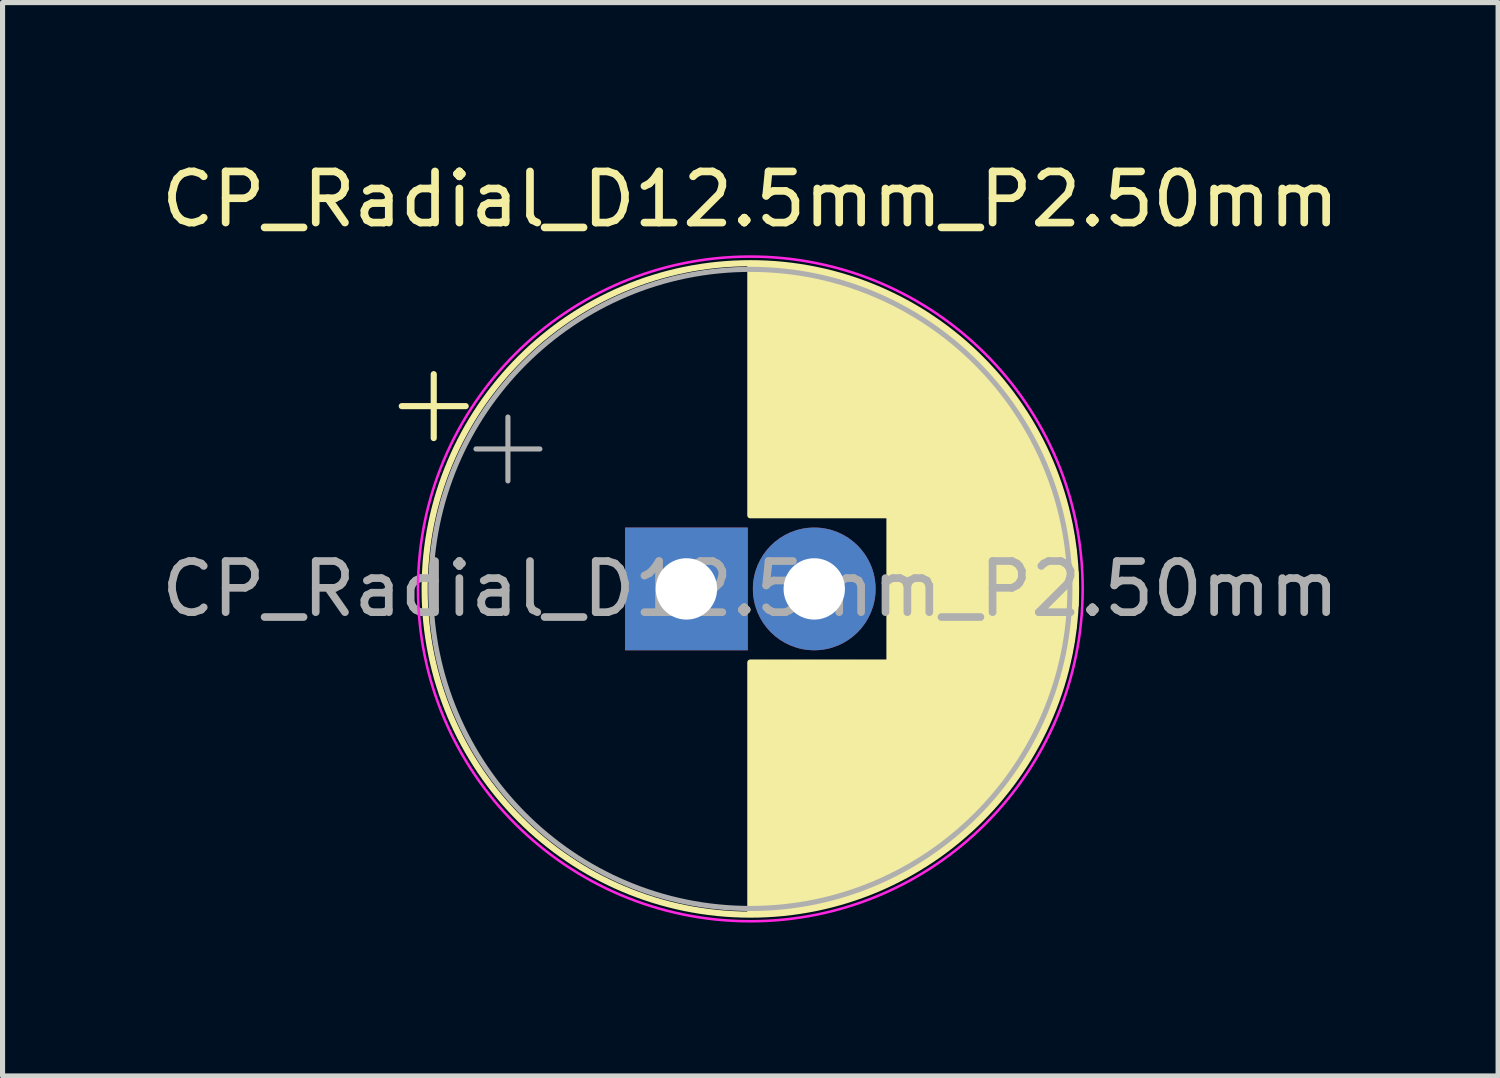
<source format=kicad_pcb>
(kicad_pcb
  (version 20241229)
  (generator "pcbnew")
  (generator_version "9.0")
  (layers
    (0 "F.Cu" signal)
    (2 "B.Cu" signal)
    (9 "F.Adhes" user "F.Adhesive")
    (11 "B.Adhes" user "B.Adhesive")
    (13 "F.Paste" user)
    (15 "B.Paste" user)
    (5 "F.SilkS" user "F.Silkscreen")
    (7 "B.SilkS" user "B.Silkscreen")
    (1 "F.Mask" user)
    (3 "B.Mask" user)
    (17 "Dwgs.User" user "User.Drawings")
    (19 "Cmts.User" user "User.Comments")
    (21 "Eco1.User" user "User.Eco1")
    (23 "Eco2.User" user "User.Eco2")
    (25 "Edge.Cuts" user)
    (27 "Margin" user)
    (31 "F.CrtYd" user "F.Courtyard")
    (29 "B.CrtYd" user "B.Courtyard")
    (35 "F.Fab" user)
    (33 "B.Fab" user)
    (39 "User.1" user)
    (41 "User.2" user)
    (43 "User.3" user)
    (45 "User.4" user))
  (footprint "CP_Radial_D12.5mm_P2.50mm"
    (layer "F.Cu")
    (at 10.375 8.468)
    (property "Reference" "CP_Radial_D12.5mm_P2.50mm" (at 1.25 -7.62 0) (layer "F.SilkS") (effects (font (size 1 1) (thickness 0.15))))
    (attr through_hole)
    (fp_line (start -5.567 -3.575) (end -4.317 -3.575) (stroke (width 0.12) (type solid)) (layer "F.SilkS"))
    (fp_line (start -4.942 -4.2) (end -4.942 -2.95) (stroke (width 0.12) (type solid)) (layer "F.SilkS"))
    (fp_line (start 1.25 -6.33) (end 1.25 -1.44) (stroke (width 0.12) (type solid)) (layer "F.SilkS"))
    (fp_line (start 1.25 1.44) (end 1.25 6.33) (stroke (width 0.12) (type solid)) (layer "F.SilkS"))
    (fp_line (start 1.29 -6.33) (end 1.29 -1.44) (stroke (width 0.12) (type solid)) (layer "F.SilkS"))
    (fp_line (start 1.29 1.44) (end 1.29 6.33) (stroke (width 0.12) (type solid)) (layer "F.SilkS"))
    (fp_line (start 1.33 -6.33) (end 1.33 -1.44) (stroke (width 0.12) (type solid)) (layer "F.SilkS"))
    (fp_line (start 1.33 1.44) (end 1.33 6.33) (stroke (width 0.12) (type solid)) (layer "F.SilkS"))
    (fp_line (start 1.37 -6.329) (end 1.37 -1.44) (stroke (width 0.12) (type solid)) (layer "F.SilkS"))
    (fp_line (start 1.37 1.44) (end 1.37 6.329) (stroke (width 0.12) (type solid)) (layer "F.SilkS"))
    (fp_line (start 1.41 -6.328) (end 1.41 -1.44) (stroke (width 0.12) (type solid)) (layer "F.SilkS"))
    (fp_line (start 1.41 1.44) (end 1.41 6.328) (stroke (width 0.12) (type solid)) (layer "F.SilkS"))
    (fp_line (start 1.45 -6.327) (end 1.45 -1.44) (stroke (width 0.12) (type solid)) (layer "F.SilkS"))
    (fp_line (start 1.45 1.44) (end 1.45 6.327) (stroke (width 0.12) (type solid)) (layer "F.SilkS"))
    (fp_line (start 1.49 -6.326) (end 1.49 -1.44) (stroke (width 0.12) (type solid)) (layer "F.SilkS"))
    (fp_line (start 1.49 1.44) (end 1.49 6.326) (stroke (width 0.12) (type solid)) (layer "F.SilkS"))
    (fp_line (start 1.53 -6.324) (end 1.53 -1.44) (stroke (width 0.12) (type solid)) (layer "F.SilkS"))
    (fp_line (start 1.53 1.44) (end 1.53 6.324) (stroke (width 0.12) (type solid)) (layer "F.SilkS"))
    (fp_line (start 1.57 -6.322) (end 1.57 -1.44) (stroke (width 0.12) (type solid)) (layer "F.SilkS"))
    (fp_line (start 1.57 1.44) (end 1.57 6.322) (stroke (width 0.12) (type solid)) (layer "F.SilkS"))
    (fp_line (start 1.61 -6.32) (end 1.61 -1.44) (stroke (width 0.12) (type solid)) (layer "F.SilkS"))
    (fp_line (start 1.61 1.44) (end 1.61 6.32) (stroke (width 0.12) (type solid)) (layer "F.SilkS"))
    (fp_line (start 1.65 -6.318) (end 1.65 -1.44) (stroke (width 0.12) (type solid)) (layer "F.SilkS"))
    (fp_line (start 1.65 1.44) (end 1.65 6.318) (stroke (width 0.12) (type solid)) (layer "F.SilkS"))
    (fp_line (start 1.69 -6.315) (end 1.69 -1.44) (stroke (width 0.12) (type solid)) (layer "F.SilkS"))
    (fp_line (start 1.69 1.44) (end 1.69 6.315) (stroke (width 0.12) (type solid)) (layer "F.SilkS"))
    (fp_line (start 1.73 -6.312) (end 1.73 -1.44) (stroke (width 0.12) (type solid)) (layer "F.SilkS"))
    (fp_line (start 1.73 1.44) (end 1.73 6.312) (stroke (width 0.12) (type solid)) (layer "F.SilkS"))
    (fp_line (start 1.77 -6.309) (end 1.77 -1.44) (stroke (width 0.12) (type solid)) (layer "F.SilkS"))
    (fp_line (start 1.77 1.44) (end 1.77 6.309) (stroke (width 0.12) (type solid)) (layer "F.SilkS"))
    (fp_line (start 1.81 -6.306) (end 1.81 -1.44) (stroke (width 0.12) (type solid)) (layer "F.SilkS"))
    (fp_line (start 1.81 1.44) (end 1.81 6.306) (stroke (width 0.12) (type solid)) (layer "F.SilkS"))
    (fp_line (start 1.85 -6.302) (end 1.85 -1.44) (stroke (width 0.12) (type solid)) (layer "F.SilkS"))
    (fp_line (start 1.85 1.44) (end 1.85 6.302) (stroke (width 0.12) (type solid)) (layer "F.SilkS"))
    (fp_line (start 1.89 -6.298) (end 1.89 -1.44) (stroke (width 0.12) (type solid)) (layer "F.SilkS"))
    (fp_line (start 1.89 1.44) (end 1.89 6.298) (stroke (width 0.12) (type solid)) (layer "F.SilkS"))
    (fp_line (start 1.93 -6.294) (end 1.93 -1.44) (stroke (width 0.12) (type solid)) (layer "F.SilkS"))
    (fp_line (start 1.93 1.44) (end 1.93 6.294) (stroke (width 0.12) (type solid)) (layer "F.SilkS"))
    (fp_line (start 1.971 -6.29) (end 1.971 -1.44) (stroke (width 0.12) (type solid)) (layer "F.SilkS"))
    (fp_line (start 1.971 1.44) (end 1.971 6.29) (stroke (width 0.12) (type solid)) (layer "F.SilkS"))
    (fp_line (start 2.011 -6.285) (end 2.011 -1.44) (stroke (width 0.12) (type solid)) (layer "F.SilkS"))
    (fp_line (start 2.011 1.44) (end 2.011 6.285) (stroke (width 0.12) (type solid)) (layer "F.SilkS"))
    (fp_line (start 2.051 -6.28) (end 2.051 -1.44) (stroke (width 0.12) (type solid)) (layer "F.SilkS"))
    (fp_line (start 2.051 1.44) (end 2.051 6.28) (stroke (width 0.12) (type solid)) (layer "F.SilkS"))
    (fp_line (start 2.091 -6.275) (end 2.091 -1.44) (stroke (width 0.12) (type solid)) (layer "F.SilkS"))
    (fp_line (start 2.091 1.44) (end 2.091 6.275) (stroke (width 0.12) (type solid)) (layer "F.SilkS"))
    (fp_line (start 2.131 -6.269) (end 2.131 -1.44) (stroke (width 0.12) (type solid)) (layer "F.SilkS"))
    (fp_line (start 2.131 1.44) (end 2.131 6.269) (stroke (width 0.12) (type solid)) (layer "F.SilkS"))
    (fp_line (start 2.171 -6.264) (end 2.171 -1.44) (stroke (width 0.12) (type solid)) (layer "F.SilkS"))
    (fp_line (start 2.171 1.44) (end 2.171 6.264) (stroke (width 0.12) (type solid)) (layer "F.SilkS"))
    (fp_line (start 2.211 -6.258) (end 2.211 -1.44) (stroke (width 0.12) (type solid)) (layer "F.SilkS"))
    (fp_line (start 2.211 1.44) (end 2.211 6.258) (stroke (width 0.12) (type solid)) (layer "F.SilkS"))
    (fp_line (start 2.251 -6.252) (end 2.251 -1.44) (stroke (width 0.12) (type solid)) (layer "F.SilkS"))
    (fp_line (start 2.251 1.44) (end 2.251 6.252) (stroke (width 0.12) (type solid)) (layer "F.SilkS"))
    (fp_line (start 2.291 -6.245) (end 2.291 -1.44) (stroke (width 0.12) (type solid)) (layer "F.SilkS"))
    (fp_line (start 2.291 1.44) (end 2.291 6.245) (stroke (width 0.12) (type solid)) (layer "F.SilkS"))
    (fp_line (start 2.331 -6.238) (end 2.331 -1.44) (stroke (width 0.12) (type solid)) (layer "F.SilkS"))
    (fp_line (start 2.331 1.44) (end 2.331 6.238) (stroke (width 0.12) (type solid)) (layer "F.SilkS"))
    (fp_line (start 2.371 -6.231) (end 2.371 -1.44) (stroke (width 0.12) (type solid)) (layer "F.SilkS"))
    (fp_line (start 2.371 1.44) (end 2.371 6.231) (stroke (width 0.12) (type solid)) (layer "F.SilkS"))
    (fp_line (start 2.411 -6.224) (end 2.411 -1.44) (stroke (width 0.12) (type solid)) (layer "F.SilkS"))
    (fp_line (start 2.411 1.44) (end 2.411 6.224) (stroke (width 0.12) (type solid)) (layer "F.SilkS"))
    (fp_line (start 2.451 -6.216) (end 2.451 -1.44) (stroke (width 0.12) (type solid)) (layer "F.SilkS"))
    (fp_line (start 2.451 1.44) (end 2.451 6.216) (stroke (width 0.12) (type solid)) (layer "F.SilkS"))
    (fp_line (start 2.491 -6.209) (end 2.491 -1.44) (stroke (width 0.12) (type solid)) (layer "F.SilkS"))
    (fp_line (start 2.491 1.44) (end 2.491 6.209) (stroke (width 0.12) (type solid)) (layer "F.SilkS"))
    (fp_line (start 2.531 -6.201) (end 2.531 -1.44) (stroke (width 0.12) (type solid)) (layer "F.SilkS"))
    (fp_line (start 2.531 1.44) (end 2.531 6.201) (stroke (width 0.12) (type solid)) (layer "F.SilkS"))
    (fp_line (start 2.571 -6.192) (end 2.571 -1.44) (stroke (width 0.12) (type solid)) (layer "F.SilkS"))
    (fp_line (start 2.571 1.44) (end 2.571 6.192) (stroke (width 0.12) (type solid)) (layer "F.SilkS"))
    (fp_line (start 2.611 -6.184) (end 2.611 -1.44) (stroke (width 0.12) (type solid)) (layer "F.SilkS"))
    (fp_line (start 2.611 1.44) (end 2.611 6.184) (stroke (width 0.12) (type solid)) (layer "F.SilkS"))
    (fp_line (start 2.651 -6.175) (end 2.651 -1.44) (stroke (width 0.12) (type solid)) (layer "F.SilkS"))
    (fp_line (start 2.651 1.44) (end 2.651 6.175) (stroke (width 0.12) (type solid)) (layer "F.SilkS"))
    (fp_line (start 2.691 -6.166) (end 2.691 -1.44) (stroke (width 0.12) (type solid)) (layer "F.SilkS"))
    (fp_line (start 2.691 1.44) (end 2.691 6.166) (stroke (width 0.12) (type solid)) (layer "F.SilkS"))
    (fp_line (start 2.731 -6.156) (end 2.731 -1.44) (stroke (width 0.12) (type solid)) (layer "F.SilkS"))
    (fp_line (start 2.731 1.44) (end 2.731 6.156) (stroke (width 0.12) (type solid)) (layer "F.SilkS"))
    (fp_line (start 2.771 -6.146) (end 2.771 -1.44) (stroke (width 0.12) (type solid)) (layer "F.SilkS"))
    (fp_line (start 2.771 1.44) (end 2.771 6.146) (stroke (width 0.12) (type solid)) (layer "F.SilkS"))
    (fp_line (start 2.811 -6.137) (end 2.811 -1.44) (stroke (width 0.12) (type solid)) (layer "F.SilkS"))
    (fp_line (start 2.811 1.44) (end 2.811 6.137) (stroke (width 0.12) (type solid)) (layer "F.SilkS"))
    (fp_line (start 2.851 -6.126) (end 2.851 -1.44) (stroke (width 0.12) (type solid)) (layer "F.SilkS"))
    (fp_line (start 2.851 1.44) (end 2.851 6.126) (stroke (width 0.12) (type solid)) (layer "F.SilkS"))
    (fp_line (start 2.891 -6.116) (end 2.891 -1.44) (stroke (width 0.12) (type solid)) (layer "F.SilkS"))
    (fp_line (start 2.891 1.44) (end 2.891 6.116) (stroke (width 0.12) (type solid)) (layer "F.SilkS"))
    (fp_line (start 2.931 -6.105) (end 2.931 -1.44) (stroke (width 0.12) (type solid)) (layer "F.SilkS"))
    (fp_line (start 2.931 1.44) (end 2.931 6.105) (stroke (width 0.12) (type solid)) (layer "F.SilkS"))
    (fp_line (start 2.971 -6.094) (end 2.971 -1.44) (stroke (width 0.12) (type solid)) (layer "F.SilkS"))
    (fp_line (start 2.971 1.44) (end 2.971 6.094) (stroke (width 0.12) (type solid)) (layer "F.SilkS"))
    (fp_line (start 3.011 -6.083) (end 3.011 -1.44) (stroke (width 0.12) (type solid)) (layer "F.SilkS"))
    (fp_line (start 3.011 1.44) (end 3.011 6.083) (stroke (width 0.12) (type solid)) (layer "F.SilkS"))
    (fp_line (start 3.051 -6.071) (end 3.051 -1.44) (stroke (width 0.12) (type solid)) (layer "F.SilkS"))
    (fp_line (start 3.051 1.44) (end 3.051 6.071) (stroke (width 0.12) (type solid)) (layer "F.SilkS"))
    (fp_line (start 3.091 -6.059) (end 3.091 -1.44) (stroke (width 0.12) (type solid)) (layer "F.SilkS"))
    (fp_line (start 3.091 1.44) (end 3.091 6.059) (stroke (width 0.12) (type solid)) (layer "F.SilkS"))
    (fp_line (start 3.131 -6.047) (end 3.131 -1.44) (stroke (width 0.12) (type solid)) (layer "F.SilkS"))
    (fp_line (start 3.131 1.44) (end 3.131 6.047) (stroke (width 0.12) (type solid)) (layer "F.SilkS"))
    (fp_line (start 3.171 -6.034) (end 3.171 -1.44) (stroke (width 0.12) (type solid)) (layer "F.SilkS"))
    (fp_line (start 3.171 1.44) (end 3.171 6.034) (stroke (width 0.12) (type solid)) (layer "F.SilkS"))
    (fp_line (start 3.211 -6.021) (end 3.211 -1.44) (stroke (width 0.12) (type solid)) (layer "F.SilkS"))
    (fp_line (start 3.211 1.44) (end 3.211 6.021) (stroke (width 0.12) (type solid)) (layer "F.SilkS"))
    (fp_line (start 3.251 -6.008) (end 3.251 -1.44) (stroke (width 0.12) (type solid)) (layer "F.SilkS"))
    (fp_line (start 3.251 1.44) (end 3.251 6.008) (stroke (width 0.12) (type solid)) (layer "F.SilkS"))
    (fp_line (start 3.291 -5.995) (end 3.291 -1.44) (stroke (width 0.12) (type solid)) (layer "F.SilkS"))
    (fp_line (start 3.291 1.44) (end 3.291 5.995) (stroke (width 0.12) (type solid)) (layer "F.SilkS"))
    (fp_line (start 3.331 -5.981) (end 3.331 -1.44) (stroke (width 0.12) (type solid)) (layer "F.SilkS"))
    (fp_line (start 3.331 1.44) (end 3.331 5.981) (stroke (width 0.12) (type solid)) (layer "F.SilkS"))
    (fp_line (start 3.371 -5.967) (end 3.371 -1.44) (stroke (width 0.12) (type solid)) (layer "F.SilkS"))
    (fp_line (start 3.371 1.44) (end 3.371 5.967) (stroke (width 0.12) (type solid)) (layer "F.SilkS"))
    (fp_line (start 3.411 -5.953) (end 3.411 -1.44) (stroke (width 0.12) (type solid)) (layer "F.SilkS"))
    (fp_line (start 3.411 1.44) (end 3.411 5.953) (stroke (width 0.12) (type solid)) (layer "F.SilkS"))
    (fp_line (start 3.451 -5.939) (end 3.451 -1.44) (stroke (width 0.12) (type solid)) (layer "F.SilkS"))
    (fp_line (start 3.451 1.44) (end 3.451 5.939) (stroke (width 0.12) (type solid)) (layer "F.SilkS"))
    (fp_line (start 3.491 -5.924) (end 3.491 -1.44) (stroke (width 0.12) (type solid)) (layer "F.SilkS"))
    (fp_line (start 3.491 1.44) (end 3.491 5.924) (stroke (width 0.12) (type solid)) (layer "F.SilkS"))
    (fp_line (start 3.531 -5.908) (end 3.531 -1.44) (stroke (width 0.12) (type solid)) (layer "F.SilkS"))
    (fp_line (start 3.531 1.44) (end 3.531 5.908) (stroke (width 0.12) (type solid)) (layer "F.SilkS"))
    (fp_line (start 3.571 -5.893) (end 3.571 -1.44) (stroke (width 0.12) (type solid)) (layer "F.SilkS"))
    (fp_line (start 3.571 1.44) (end 3.571 5.893) (stroke (width 0.12) (type solid)) (layer "F.SilkS"))
    (fp_line (start 3.611 -5.877) (end 3.611 -1.44) (stroke (width 0.12) (type solid)) (layer "F.SilkS"))
    (fp_line (start 3.611 1.44) (end 3.611 5.877) (stroke (width 0.12) (type solid)) (layer "F.SilkS"))
    (fp_line (start 3.651 -5.861) (end 3.651 -1.44) (stroke (width 0.12) (type solid)) (layer "F.SilkS"))
    (fp_line (start 3.651 1.44) (end 3.651 5.861) (stroke (width 0.12) (type solid)) (layer "F.SilkS"))
    (fp_line (start 3.691 -5.845) (end 3.691 -1.44) (stroke (width 0.12) (type solid)) (layer "F.SilkS"))
    (fp_line (start 3.691 1.44) (end 3.691 5.845) (stroke (width 0.12) (type solid)) (layer "F.SilkS"))
    (fp_line (start 3.731 -5.828) (end 3.731 -1.44) (stroke (width 0.12) (type solid)) (layer "F.SilkS"))
    (fp_line (start 3.731 1.44) (end 3.731 5.828) (stroke (width 0.12) (type solid)) (layer "F.SilkS"))
    (fp_line (start 3.771 -5.811) (end 3.771 -1.44) (stroke (width 0.12) (type solid)) (layer "F.SilkS"))
    (fp_line (start 3.771 1.44) (end 3.771 5.811) (stroke (width 0.12) (type solid)) (layer "F.SilkS"))
    (fp_line (start 3.811 -5.793) (end 3.811 -1.44) (stroke (width 0.12) (type solid)) (layer "F.SilkS"))
    (fp_line (start 3.811 1.44) (end 3.811 5.793) (stroke (width 0.12) (type solid)) (layer "F.SilkS"))
    (fp_line (start 3.851 -5.776) (end 3.851 -1.44) (stroke (width 0.12) (type solid)) (layer "F.SilkS"))
    (fp_line (start 3.851 1.44) (end 3.851 5.776) (stroke (width 0.12) (type solid)) (layer "F.SilkS"))
    (fp_line (start 3.891 -5.758) (end 3.891 -1.44) (stroke (width 0.12) (type solid)) (layer "F.SilkS"))
    (fp_line (start 3.891 1.44) (end 3.891 5.758) (stroke (width 0.12) (type solid)) (layer "F.SilkS"))
    (fp_line (start 3.931 -5.739) (end 3.931 -1.44) (stroke (width 0.12) (type solid)) (layer "F.SilkS"))
    (fp_line (start 3.931 1.44) (end 3.931 5.739) (stroke (width 0.12) (type solid)) (layer "F.SilkS"))
    (fp_line (start 3.971 -5.721) (end 3.971 5.721) (stroke (width 0.12) (type solid)) (layer "F.SilkS"))
    (fp_line (start 4.011 -5.702) (end 4.011 5.702) (stroke (width 0.12) (type solid)) (layer "F.SilkS"))
    (fp_line (start 4.051 -5.682) (end 4.051 5.682) (stroke (width 0.12) (type solid)) (layer "F.SilkS"))
    (fp_line (start 4.091 -5.662) (end 4.091 5.662) (stroke (width 0.12) (type solid)) (layer "F.SilkS"))
    (fp_line (start 4.131 -5.642) (end 4.131 5.642) (stroke (width 0.12) (type solid)) (layer "F.SilkS"))
    (fp_line (start 4.171 -5.622) (end 4.171 5.622) (stroke (width 0.12) (type solid)) (layer "F.SilkS"))
    (fp_line (start 4.211 -5.601) (end 4.211 5.601) (stroke (width 0.12) (type solid)) (layer "F.SilkS"))
    (fp_line (start 4.251 -5.58) (end 4.251 5.58) (stroke (width 0.12) (type solid)) (layer "F.SilkS"))
    (fp_line (start 4.291 -5.558) (end 4.291 5.558) (stroke (width 0.12) (type solid)) (layer "F.SilkS"))
    (fp_line (start 4.331 -5.536) (end 4.331 5.536) (stroke (width 0.12) (type solid)) (layer "F.SilkS"))
    (fp_line (start 4.371 -5.514) (end 4.371 5.514) (stroke (width 0.12) (type solid)) (layer "F.SilkS"))
    (fp_line (start 4.411 -5.491) (end 4.411 5.491) (stroke (width 0.12) (type solid)) (layer "F.SilkS"))
    (fp_line (start 4.451 -5.468) (end 4.451 5.468) (stroke (width 0.12) (type solid)) (layer "F.SilkS"))
    (fp_line (start 4.491 -5.445) (end 4.491 5.445) (stroke (width 0.12) (type solid)) (layer "F.SilkS"))
    (fp_line (start 4.531 -5.421) (end 4.531 5.421) (stroke (width 0.12) (type solid)) (layer "F.SilkS"))
    (fp_line (start 4.571 -5.397) (end 4.571 5.397) (stroke (width 0.12) (type solid)) (layer "F.SilkS"))
    (fp_line (start 4.611 -5.372) (end 4.611 5.372) (stroke (width 0.12) (type solid)) (layer "F.SilkS"))
    (fp_line (start 4.651 -5.347) (end 4.651 5.347) (stroke (width 0.12) (type solid)) (layer "F.SilkS"))
    (fp_line (start 4.691 -5.322) (end 4.691 5.322) (stroke (width 0.12) (type solid)) (layer "F.SilkS"))
    (fp_line (start 4.731 -5.296) (end 4.731 5.296) (stroke (width 0.12) (type solid)) (layer "F.SilkS"))
    (fp_line (start 4.771 -5.27) (end 4.771 5.27) (stroke (width 0.12) (type solid)) (layer "F.SilkS"))
    (fp_line (start 4.811 -5.243) (end 4.811 5.243) (stroke (width 0.12) (type solid)) (layer "F.SilkS"))
    (fp_line (start 4.851 -5.216) (end 4.851 5.216) (stroke (width 0.12) (type solid)) (layer "F.SilkS"))
    (fp_line (start 4.891 -5.188) (end 4.891 5.188) (stroke (width 0.12) (type solid)) (layer "F.SilkS"))
    (fp_line (start 4.931 -5.16) (end 4.931 5.16) (stroke (width 0.12) (type solid)) (layer "F.SilkS"))
    (fp_line (start 4.971 -5.131) (end 4.971 5.131) (stroke (width 0.12) (type solid)) (layer "F.SilkS"))
    (fp_line (start 5.011 -5.102) (end 5.011 5.102) (stroke (width 0.12) (type solid)) (layer "F.SilkS"))
    (fp_line (start 5.051 -5.073) (end 5.051 5.073) (stroke (width 0.12) (type solid)) (layer "F.SilkS"))
    (fp_line (start 5.091 -5.043) (end 5.091 5.043) (stroke (width 0.12) (type solid)) (layer "F.SilkS"))
    (fp_line (start 5.131 -5.012) (end 5.131 5.012) (stroke (width 0.12) (type solid)) (layer "F.SilkS"))
    (fp_line (start 5.171 -4.982) (end 5.171 4.982) (stroke (width 0.12) (type solid)) (layer "F.SilkS"))
    (fp_line (start 5.211 -4.95) (end 5.211 4.95) (stroke (width 0.12) (type solid)) (layer "F.SilkS"))
    (fp_line (start 5.251 -4.918) (end 5.251 4.918) (stroke (width 0.12) (type solid)) (layer "F.SilkS"))
    (fp_line (start 5.291 -4.885) (end 5.291 4.885) (stroke (width 0.12) (type solid)) (layer "F.SilkS"))
    (fp_line (start 5.331 -4.852) (end 5.331 4.852) (stroke (width 0.12) (type solid)) (layer "F.SilkS"))
    (fp_line (start 5.371 -4.819) (end 5.371 4.819) (stroke (width 0.12) (type solid)) (layer "F.SilkS"))
    (fp_line (start 5.411 -4.785) (end 5.411 4.785) (stroke (width 0.12) (type solid)) (layer "F.SilkS"))
    (fp_line (start 5.451 -4.75) (end 5.451 4.75) (stroke (width 0.12) (type solid)) (layer "F.SilkS"))
    (fp_line (start 5.491 -4.714) (end 5.491 4.714) (stroke (width 0.12) (type solid)) (layer "F.SilkS"))
    (fp_line (start 5.531 -4.678) (end 5.531 4.678) (stroke (width 0.12) (type solid)) (layer "F.SilkS"))
    (fp_line (start 5.571 -4.642) (end 5.571 4.642) (stroke (width 0.12) (type solid)) (layer "F.SilkS"))
    (fp_line (start 5.611 -4.605) (end 5.611 4.605) (stroke (width 0.12) (type solid)) (layer "F.SilkS"))
    (fp_line (start 5.651 -4.567) (end 5.651 4.567) (stroke (width 0.12) (type solid)) (layer "F.SilkS"))
    (fp_line (start 5.691 -4.528) (end 5.691 4.528) (stroke (width 0.12) (type solid)) (layer "F.SilkS"))
    (fp_line (start 5.731 -4.489) (end 5.731 4.489) (stroke (width 0.12) (type solid)) (layer "F.SilkS"))
    (fp_line (start 5.771 -4.449) (end 5.771 4.449) (stroke (width 0.12) (type solid)) (layer "F.SilkS"))
    (fp_line (start 5.811 -4.408) (end 5.811 4.408) (stroke (width 0.12) (type solid)) (layer "F.SilkS"))
    (fp_line (start 5.851 -4.367) (end 5.851 4.367) (stroke (width 0.12) (type solid)) (layer "F.SilkS"))
    (fp_line (start 5.891 -4.325) (end 5.891 4.325) (stroke (width 0.12) (type solid)) (layer "F.SilkS"))
    (fp_line (start 5.931 -4.282) (end 5.931 4.282) (stroke (width 0.12) (type solid)) (layer "F.SilkS"))
    (fp_line (start 5.971 -4.238) (end 5.971 4.238) (stroke (width 0.12) (type solid)) (layer "F.SilkS"))
    (fp_line (start 6.011 -4.194) (end 6.011 4.194) (stroke (width 0.12) (type solid)) (layer "F.SilkS"))
    (fp_line (start 6.051 -4.148) (end 6.051 4.148) (stroke (width 0.12) (type solid)) (layer "F.SilkS"))
    (fp_line (start 6.091 -4.102) (end 6.091 4.102) (stroke (width 0.12) (type solid)) (layer "F.SilkS"))
    (fp_line (start 6.131 -4.055) (end 6.131 4.055) (stroke (width 0.12) (type solid)) (layer "F.SilkS"))
    (fp_line (start 6.171 -4.007) (end 6.171 4.007) (stroke (width 0.12) (type solid)) (layer "F.SilkS"))
    (fp_line (start 6.211 -3.957) (end 6.211 3.957) (stroke (width 0.12) (type solid)) (layer "F.SilkS"))
    (fp_line (start 6.251 -3.907) (end 6.251 3.907) (stroke (width 0.12) (type solid)) (layer "F.SilkS"))
    (fp_line (start 6.291 -3.856) (end 6.291 3.856) (stroke (width 0.12) (type solid)) (layer "F.SilkS"))
    (fp_line (start 6.331 -3.804) (end 6.331 3.804) (stroke (width 0.12) (type solid)) (layer "F.SilkS"))
    (fp_line (start 6.371 -3.75) (end 6.371 3.75) (stroke (width 0.12) (type solid)) (layer "F.SilkS"))
    (fp_line (start 6.411 -3.696) (end 6.411 3.696) (stroke (width 0.12) (type solid)) (layer "F.SilkS"))
    (fp_line (start 6.451 -3.64) (end 6.451 3.64) (stroke (width 0.12) (type solid)) (layer "F.SilkS"))
    (fp_line (start 6.491 -3.583) (end 6.491 3.583) (stroke (width 0.12) (type solid)) (layer "F.SilkS"))
    (fp_line (start 6.531 -3.524) (end 6.531 3.524) (stroke (width 0.12) (type solid)) (layer "F.SilkS"))
    (fp_line (start 6.571 -3.464) (end 6.571 3.464) (stroke (width 0.12) (type solid)) (layer "F.SilkS"))
    (fp_line (start 6.611 -3.402) (end 6.611 3.402) (stroke (width 0.12) (type solid)) (layer "F.SilkS"))
    (fp_line (start 6.651 -3.339) (end 6.651 3.339) (stroke (width 0.12) (type solid)) (layer "F.SilkS"))
    (fp_line (start 6.691 -3.275) (end 6.691 3.275) (stroke (width 0.12) (type solid)) (layer "F.SilkS"))
    (fp_line (start 6.731 -3.208) (end 6.731 3.208) (stroke (width 0.12) (type solid)) (layer "F.SilkS"))
    (fp_line (start 6.771 -3.14) (end 6.771 3.14) (stroke (width 0.12) (type solid)) (layer "F.SilkS"))
    (fp_line (start 6.811 -3.069) (end 6.811 3.069) (stroke (width 0.12) (type solid)) (layer "F.SilkS"))
    (fp_line (start 6.851 -2.996) (end 6.851 2.996) (stroke (width 0.12) (type solid)) (layer "F.SilkS"))
    (fp_line (start 6.891 -2.921) (end 6.891 2.921) (stroke (width 0.12) (type solid)) (layer "F.SilkS"))
    (fp_line (start 6.931 -2.844) (end 6.931 2.844) (stroke (width 0.12) (type solid)) (layer "F.SilkS"))
    (fp_line (start 6.971 -2.764) (end 6.971 2.764) (stroke (width 0.12) (type solid)) (layer "F.SilkS"))
    (fp_line (start 7.011 -2.681) (end 7.011 2.681) (stroke (width 0.12) (type solid)) (layer "F.SilkS"))
    (fp_line (start 7.051 -2.594) (end 7.051 2.594) (stroke (width 0.12) (type solid)) (layer "F.SilkS"))
    (fp_line (start 7.091 -2.504) (end 7.091 2.504) (stroke (width 0.12) (type solid)) (layer "F.SilkS"))
    (fp_line (start 7.131 -2.41) (end 7.131 2.41) (stroke (width 0.12) (type solid)) (layer "F.SilkS"))
    (fp_line (start 7.171 -2.312) (end 7.171 2.312) (stroke (width 0.12) (type solid)) (layer "F.SilkS"))
    (fp_line (start 7.211 -2.209) (end 7.211 2.209) (stroke (width 0.12) (type solid)) (layer "F.SilkS"))
    (fp_line (start 7.251 -2.1) (end 7.251 2.1) (stroke (width 0.12) (type solid)) (layer "F.SilkS"))
    (fp_line (start 7.291 -1.984) (end 7.291 1.984) (stroke (width 0.12) (type solid)) (layer "F.SilkS"))
    (fp_line (start 7.331 -1.861) (end 7.331 1.861) (stroke (width 0.12) (type solid)) (layer "F.SilkS"))
    (fp_line (start 7.371 -1.728) (end 7.371 1.728) (stroke (width 0.12) (type solid)) (layer "F.SilkS"))
    (fp_line (start 7.411 -1.583) (end 7.411 1.583) (stroke (width 0.12) (type solid)) (layer "F.SilkS"))
    (fp_line (start 7.451 -1.422) (end 7.451 1.422) (stroke (width 0.12) (type solid)) (layer "F.SilkS"))
    (fp_line (start 7.491 -1.241) (end 7.491 1.241) (stroke (width 0.12) (type solid)) (layer "F.SilkS"))
    (fp_line (start 7.531 -1.028) (end 7.531 1.028) (stroke (width 0.12) (type solid)) (layer "F.SilkS"))
    (fp_line (start 7.571 -0.757) (end 7.571 0.757) (stroke (width 0.12) (type solid)) (layer "F.SilkS"))
    (fp_line (start 7.611 -0.317) (end 7.611 0.317) (stroke (width 0.12) (type solid)) (layer "F.SilkS"))
    (fp_circle (center 1.25 0) (end 7.62 0) (stroke (width 0.12) (type solid)) (fill no) (layer "F.SilkS"))
    (fp_circle (center 1.25 0) (end 7.75 0) (stroke (width 0.05) (type solid)) (fill no) (layer "F.CrtYd"))
    (fp_line (start -4.116 -2.737) (end -2.866 -2.737) (stroke (width 0.1) (type solid)) (layer "F.Fab"))
    (fp_line (start -3.491 -3.362) (end -3.491 -2.112) (stroke (width 0.1) (type solid)) (layer "F.Fab"))
    (fp_circle (center 1.25 0) (end 7.5 0) (stroke (width 0.1) (type solid)) (fill no) (layer "F.Fab"))
    (fp_text user "${REFERENCE}" (at 1.25 0 0) (layer "F.Fab") (effects (font (size 1 1) (thickness 0.15))))
    (pad "1" thru_hole rect (at 0 0) (size 2.4 2.4) (drill 1.2) (layers "*.Cu" "*.Mask"))
    (pad "2" thru_hole circle (at 2.5 0) (size 2.4 2.4) (drill 1.2) (layers "*.Cu" "*.Mask")))
  (gr_rect
    (start -3 -3)
    (end 26.25 17.993)
    (stroke (width 0.1) (type default))
    (fill no)
    (layer "Edge.Cuts")))
</source>
